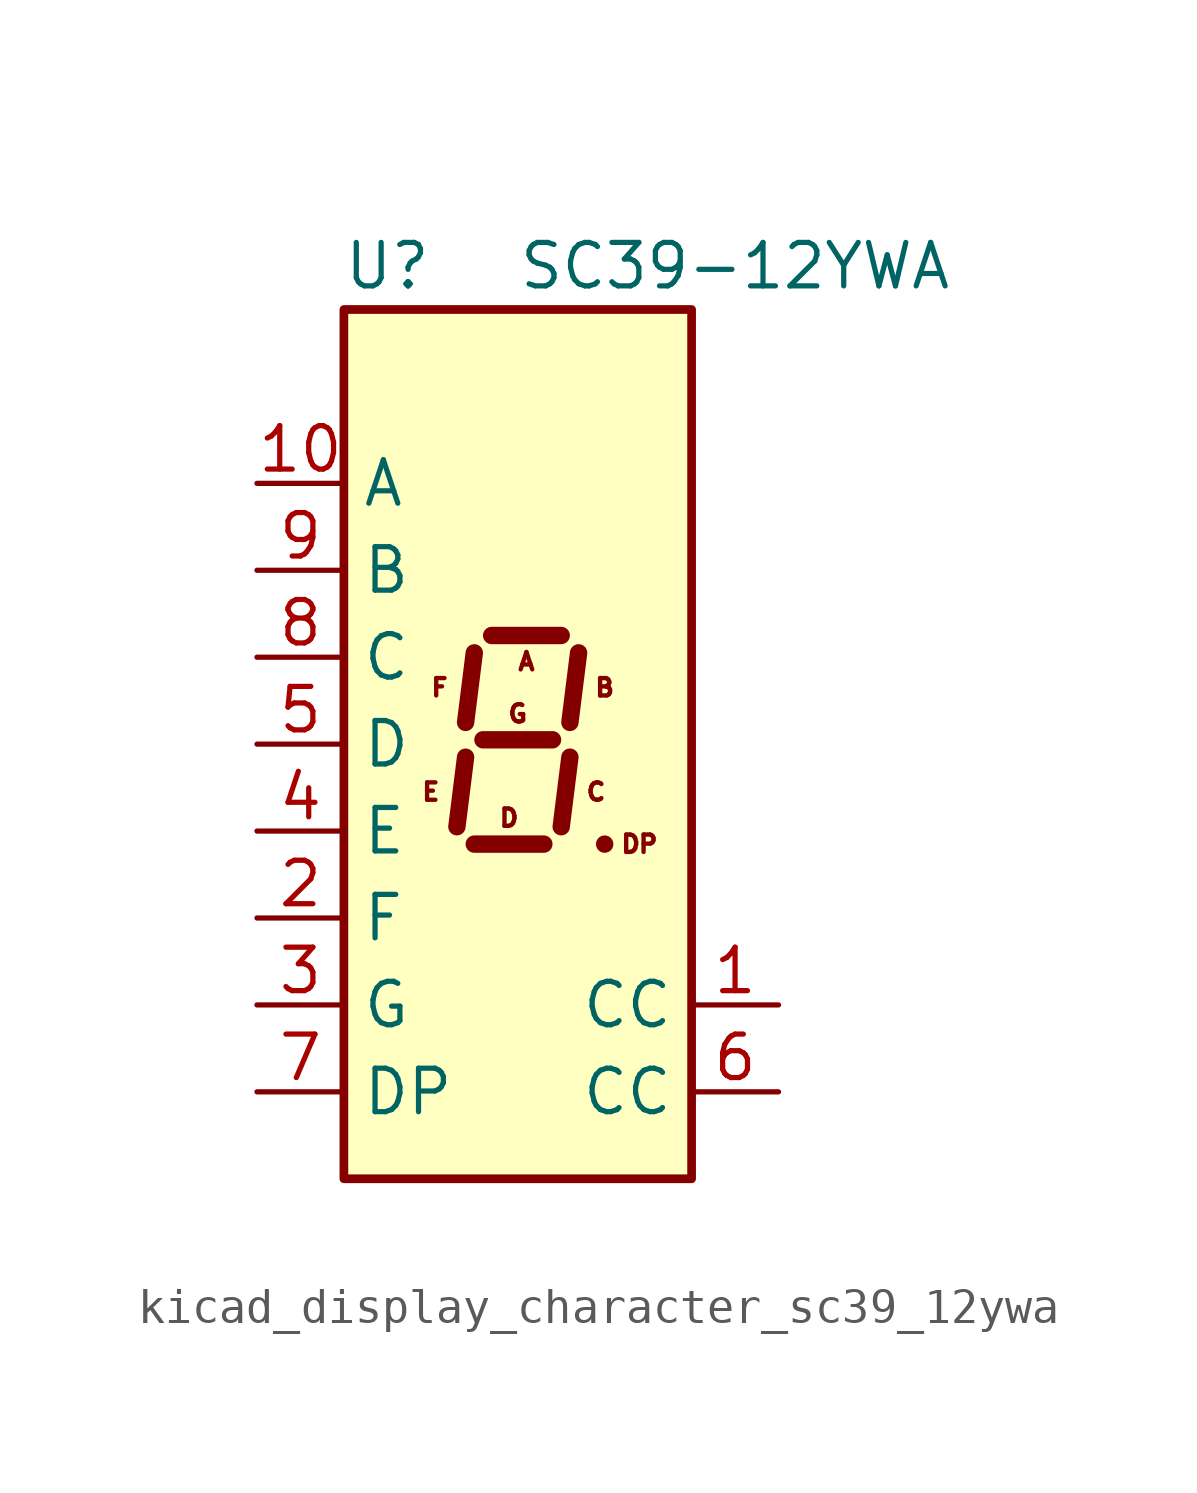
<source format=kicad_sym>
(kicad_symbol_lib
  (version 20220914)
  (generator kicad_symbol_editor)
  (symbol "kicad_display_character_sc39_12ywa"
    (property "Reference" "U"
      (at -3.81 13.97 0)
      (effects (font (size 1.27 1.27))))
    (property "Value" "SC39-12YWA"
      (at 6.35 13.97 0)
      (effects (font (size 1.27 1.27))))
    (symbol "kicad_display_character_sc39_12ywa_1_0"
      (text "A" (at 0.254 2.413 0) (effects (font (size 0.508 0.508))))
      (text "B" (at 2.54 1.651 0) (effects (font (size 0.508 0.508))))
      (text "C" (at 2.286 -1.397 0) (effects (font (size 0.508 0.508))))
      (text "D" (at -0.254 -2.159 0) (effects (font (size 0.508 0.508))))
      (text "DP" (at 3.556 -2.921 0) (effects (font (size 0.508 0.508))))
      (text "E" (at -2.54 -1.397 0) (effects (font (size 0.508 0.508))))
      (text "F" (at -2.286 1.651 0) (effects (font (size 0.508 0.508))))
      (text "G" (at 0 0.889 0) (effects (font (size 0.508 0.508)))))
    (symbol "kicad_display_character_sc39_12ywa_1_1"
      (rectangle (start -5.08 12.7) (end 5.08 -12.7) (stroke (width 0.254) (type default)) (fill (type background)))
      (polyline (pts (xy -1.524 -0.381) (xy -1.778 -2.413)) (stroke (width 0.508) (type default)) (fill (type none)))
      (polyline (pts (xy -1.27 -2.921) (xy 0.762 -2.921)) (stroke (width 0.508) (type default)) (fill (type none)))
      (polyline (pts (xy -1.27 2.667) (xy -1.524 0.635)) (stroke (width 0.508) (type default)) (fill (type none)))
      (polyline (pts (xy -1.016 0.127) (xy 1.016 0.127)) (stroke (width 0.508) (type default)) (fill (type none)))
      (polyline (pts (xy -0.762 3.175) (xy 1.27 3.175)) (stroke (width 0.508) (type default)) (fill (type none)))
      (polyline (pts (xy 1.524 -0.381) (xy 1.27 -2.413)) (stroke (width 0.508) (type default)) (fill (type none)))
      (polyline (pts (xy 1.778 2.667) (xy 1.524 0.635)) (stroke (width 0.508) (type default)) (fill (type none)))
      (polyline (pts (xy 2.54 -2.921) (xy 2.54 -2.921)) (stroke (width 0.508) (type default)) (fill (type none)))
      (pin input line (at 7.62 -7.62 180) (length 2.54) (name "CC" (effects (font (size 1.27 1.27)))) (number "1" (effects (font (size 1.27 1.27)))))
      (pin input line (at -7.62 7.62 0) (length 2.54) (name "A" (effects (font (size 1.27 1.27)))) (number "10" (effects (font (size 1.27 1.27)))))
      (pin input line (at -7.62 -5.08 0) (length 2.54) (name "F" (effects (font (size 1.27 1.27)))) (number "2" (effects (font (size 1.27 1.27)))))
      (pin input line (at -7.62 -7.62 0) (length 2.54) (name "G" (effects (font (size 1.27 1.27)))) (number "3" (effects (font (size 1.27 1.27)))))
      (pin input line (at -7.62 -2.54 0) (length 2.54) (name "E" (effects (font (size 1.27 1.27)))) (number "4" (effects (font (size 1.27 1.27)))))
      (pin input line (at -7.62 0 0) (length 2.54) (name "D" (effects (font (size 1.27 1.27)))) (number "5" (effects (font (size 1.27 1.27)))))
      (pin input line (at 7.62 -10.16 180) (length 2.54) (name "CC" (effects (font (size 1.27 1.27)))) (number "6" (effects (font (size 1.27 1.27)))))
      (pin input line (at -7.62 -10.16 0) (length 2.54) (name "DP" (effects (font (size 1.27 1.27)))) (number "7" (effects (font (size 1.27 1.27)))))
      (pin input line (at -7.62 2.54 0) (length 2.54) (name "C" (effects (font (size 1.27 1.27)))) (number "8" (effects (font (size 1.27 1.27)))))
      (pin input line (at -7.62 5.08 0) (length 2.54) (name "B" (effects (font (size 1.27 1.27)))) (number "9" (effects (font (size 1.27 1.27))))))))
</source>
